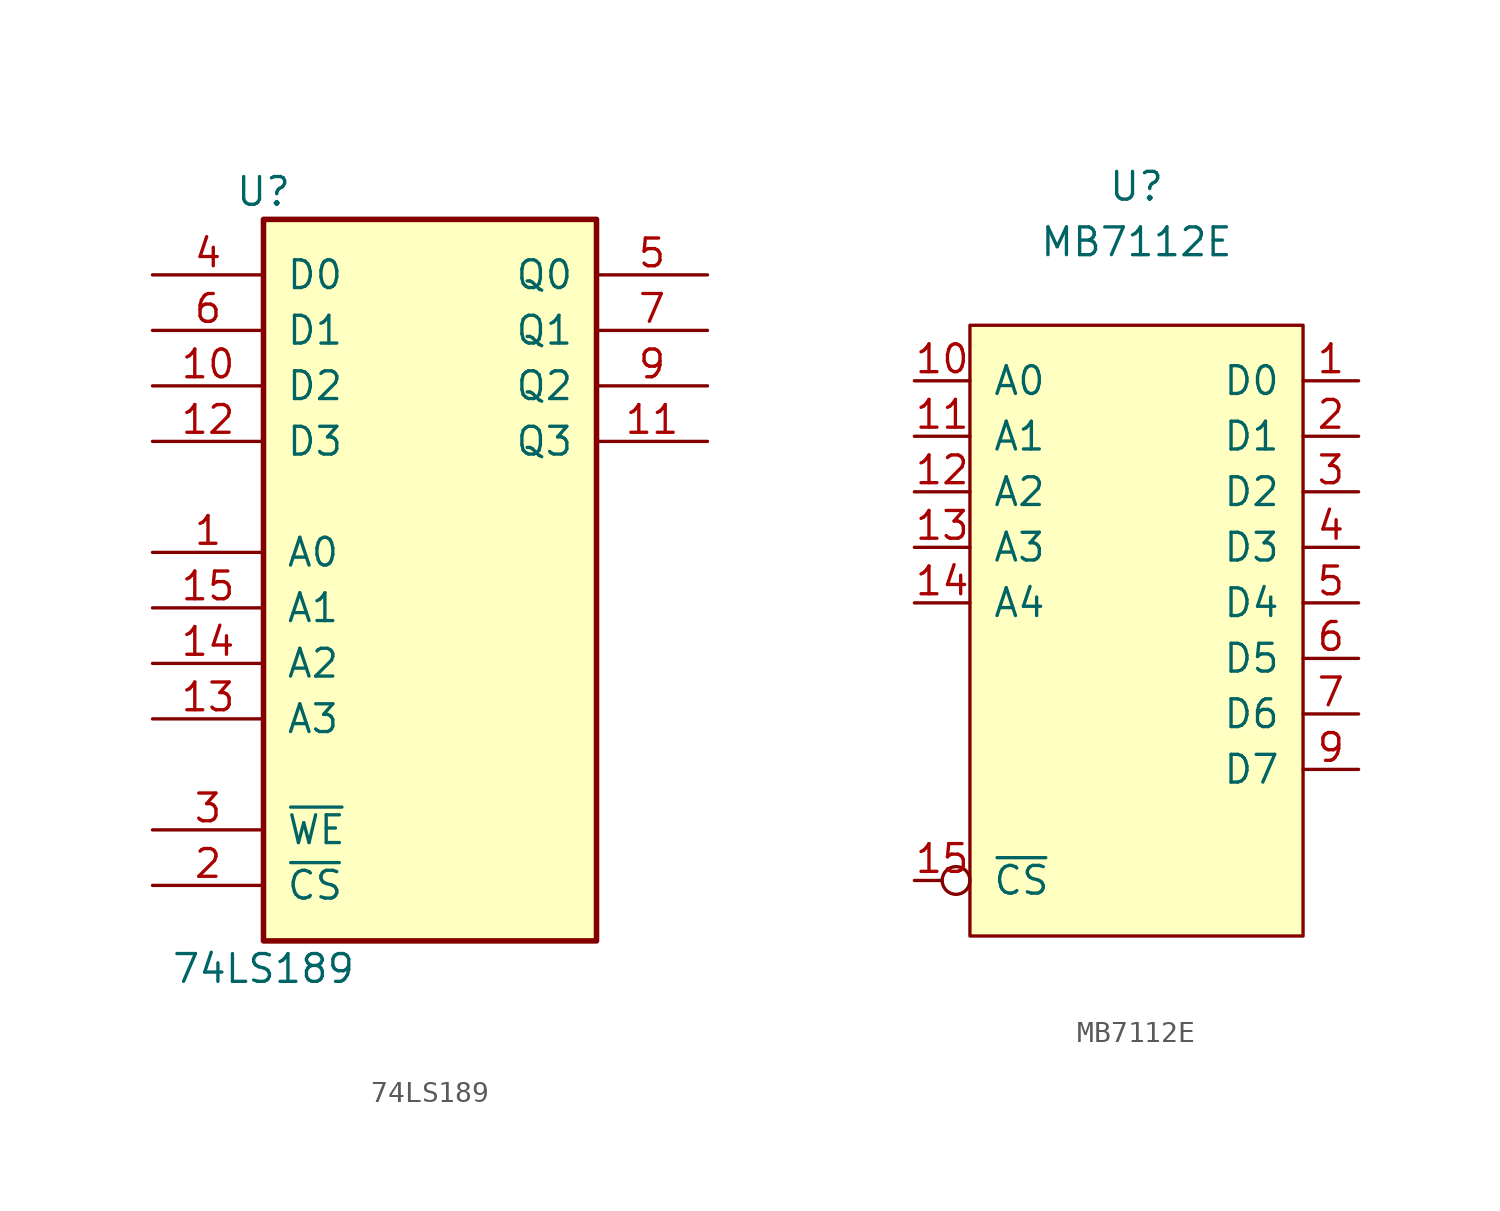
<source format=kicad_sym>
(kicad_symbol_lib
  (version 20231120)
  (generator "kicad_symbol_editor")
  (generator_version "8.0")
  (symbol "74LS189"
    (pin_names
      (offset 1.016))
    (property "Reference" "U"
      (at -7.62 16.51 0)
      (effects (font (size 1.27 1.27))))
    (property "Value" "74LS189"
      (at -7.62 -19.05 0)
      (effects (font (size 1.27 1.27))))
    (property "ki_locked" ""
      (at 0 0 0)
      (effects (font (size 1.27 1.27))))
    (symbol "74LS189_1_0"
      (pin input line (at -12.7 0 0) (length 5.08) (name "A0" (effects (font (size 1.27 1.27)))) (number "1" (effects (font (size 1.27 1.27)))))
      (pin input line (at -12.7 7.62 0) (length 5.08) (name "D2" (effects (font (size 1.27 1.27)))) (number "10" (effects (font (size 1.27 1.27)))))
      (pin output line (at 12.7 5.08 180) (length 5.08) (name "Q3" (effects (font (size 1.27 1.27)))) (number "11" (effects (font (size 1.27 1.27)))))
      (pin input line (at -12.7 5.08 0) (length 5.08) (name "D3" (effects (font (size 1.27 1.27)))) (number "12" (effects (font (size 1.27 1.27)))))
      (pin input line (at -12.7 -7.62 0) (length 5.08) (name "A3" (effects (font (size 1.27 1.27)))) (number "13" (effects (font (size 1.27 1.27)))))
      (pin input line (at -12.7 -5.08 0) (length 5.08) (name "A2" (effects (font (size 1.27 1.27)))) (number "14" (effects (font (size 1.27 1.27)))))
      (pin input line (at -12.7 -2.54 0) (length 5.08) (name "A1" (effects (font (size 1.27 1.27)))) (number "15" (effects (font (size 1.27 1.27)))))
      (pin input line (at -12.7 -15.24 0) (length 5.08) (name "~{CS}" (effects (font (size 1.27 1.27)))) (number "2" (effects (font (size 1.27 1.27)))))
      (pin input line (at -12.7 -12.7 0) (length 5.08) (name "~{WE}" (effects (font (size 1.27 1.27)))) (number "3" (effects (font (size 1.27 1.27)))))
      (pin input line (at -12.7 12.7 0) (length 5.08) (name "D0" (effects (font (size 1.27 1.27)))) (number "4" (effects (font (size 1.27 1.27)))))
      (pin output line (at 12.7 12.7 180) (length 5.08) (name "Q0" (effects (font (size 1.27 1.27)))) (number "5" (effects (font (size 1.27 1.27)))))
      (pin input line (at -12.7 10.16 0) (length 5.08) (name "D1" (effects (font (size 1.27 1.27)))) (number "6" (effects (font (size 1.27 1.27)))))
      (pin output line (at 12.7 10.16 180) (length 5.08) (name "Q1" (effects (font (size 1.27 1.27)))) (number "7" (effects (font (size 1.27 1.27)))))
      (pin output line (at 12.7 7.62 180) (length 5.08) (name "Q2" (effects (font (size 1.27 1.27)))) (number "9" (effects (font (size 1.27 1.27))))))
    (symbol "74LS189_1_1"
      (rectangle (start -7.62 15.24) (end 7.62 -17.78) (stroke (width 0.254) (type default)) (fill (type background)))))
  (symbol "MB7112E"
    (pin_names
      (offset 1.016))
    (property "Reference" "U"
      (at 0 11.43 0)
      (effects (font (size 1.27 1.27))))
    (property "Value" "MB7112E"
      (at 0 8.89 0)
      (effects (font (size 1.27 1.27))))
    (symbol "MB7112E_0_1"
      (rectangle (start -7.62 5.08) (end 7.62 -22.86) (stroke (width 0) (type default)) (fill (type background))))
    (symbol "MB7112E_1_1"
      (pin output line (at 10.16 2.54 180) (length 2.54) (name "D0" (effects (font (size 1.27 1.27)))) (number "1" (effects (font (size 1.27 1.27)))))
      (pin input line (at -10.16 2.54 0) (length 2.54) (name "A0" (effects (font (size 1.27 1.27)))) (number "10" (effects (font (size 1.27 1.27)))))
      (pin input line (at -10.16 0 0) (length 2.54) (name "A1" (effects (font (size 1.27 1.27)))) (number "11" (effects (font (size 1.27 1.27)))))
      (pin input line (at -10.16 -2.54 0) (length 2.54) (name "A2" (effects (font (size 1.27 1.27)))) (number "12" (effects (font (size 1.27 1.27)))))
      (pin input line (at -10.16 -5.08 0) (length 2.54) (name "A3" (effects (font (size 1.27 1.27)))) (number "13" (effects (font (size 1.27 1.27)))))
      (pin input line (at -10.16 -7.62 0) (length 2.54) (name "A4" (effects (font (size 1.27 1.27)))) (number "14" (effects (font (size 1.27 1.27)))))
      (pin input inverted (at -10.16 -20.32 0) (length 2.54) (name "~{CS}" (effects (font (size 1.27 1.27)))) (number "15" (effects (font (size 1.27 1.27)))))
      (pin output line (at 10.16 0 180) (length 2.54) (name "D1" (effects (font (size 1.27 1.27)))) (number "2" (effects (font (size 1.27 1.27)))))
      (pin output line (at 10.16 -2.54 180) (length 2.54) (name "D2" (effects (font (size 1.27 1.27)))) (number "3" (effects (font (size 1.27 1.27)))))
      (pin output line (at 10.16 -5.08 180) (length 2.54) (name "D3" (effects (font (size 1.27 1.27)))) (number "4" (effects (font (size 1.27 1.27)))))
      (pin output line (at 10.16 -7.62 180) (length 2.54) (name "D4" (effects (font (size 1.27 1.27)))) (number "5" (effects (font (size 1.27 1.27)))))
      (pin output line (at 10.16 -10.16 180) (length 2.54) (name "D5" (effects (font (size 1.27 1.27)))) (number "6" (effects (font (size 1.27 1.27)))))
      (pin output line (at 10.16 -12.7 180) (length 2.54) (name "D6" (effects (font (size 1.27 1.27)))) (number "7" (effects (font (size 1.27 1.27)))))
      (pin output line (at 10.16 -15.24 180) (length 2.54) (name "D7" (effects (font (size 1.27 1.27)))) (number "9" (effects (font (size 1.27 1.27))))))))
</source>
